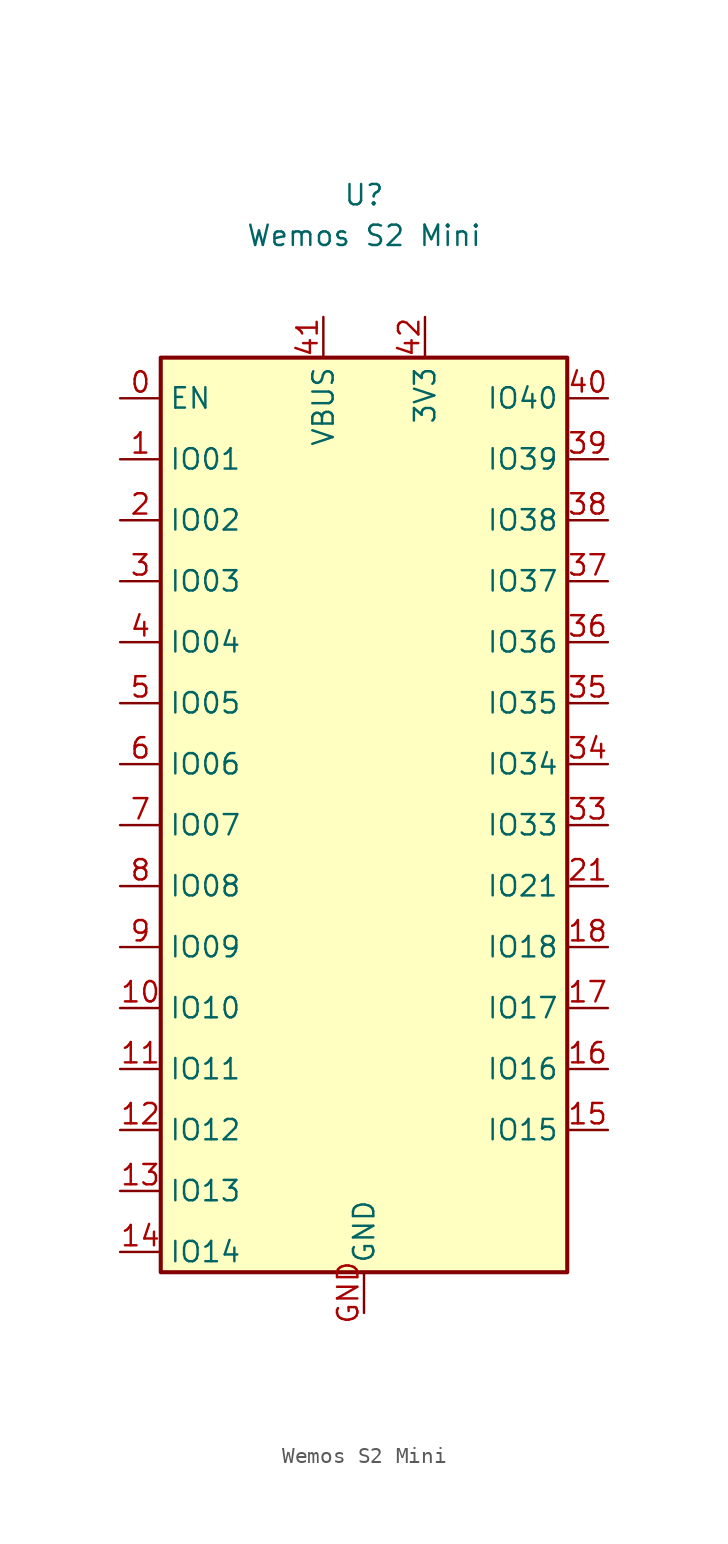
<source format=kicad_sym>
(kicad_symbol_lib
  (version 20211014)
  (generator kicad_symbol_editor)
  (symbol "Wemos S2 Mini"
    (property "Reference" "U"
      (at 0 2.54 0)
      (effects (font (size 1.27 1.27))))
    (property "Value" "Wemos S2 Mini"
      (at 0 0 0)
      (effects (font (size 1.27 1.27))))
    (symbol "Wemos S2 Mini_0_1"
      (rectangle (start -12.7 -7.62) (end 12.7 -64.77) (stroke (width 0.254) (type default) (color 0 0 0 0)) (fill (type background))))
    (symbol "Wemos S2 Mini_1_1"
      (pin input line (at -15.24 -10.16 0) (length 2.54) (name "EN" (effects (font (size 1.27 1.27)))) (number "0" (effects (font (size 1.27 1.27)))))
      (pin bidirectional line (at -15.24 -13.97 0) (length 2.54) (name "IO01" (effects (font (size 1.27 1.27)))) (number "1" (effects (font (size 1.27 1.27)))))
      (pin bidirectional line (at -15.24 -48.26 0) (length 2.54) (name "IO10" (effects (font (size 1.27 1.27)))) (number "10" (effects (font (size 1.27 1.27)))))
      (pin bidirectional line (at -15.24 -52.07 0) (length 2.54) (name "IO11" (effects (font (size 1.27 1.27)))) (number "11" (effects (font (size 1.27 1.27)))))
      (pin bidirectional line (at -15.24 -55.88 0) (length 2.54) (name "IO12" (effects (font (size 1.27 1.27)))) (number "12" (effects (font (size 1.27 1.27)))))
      (pin bidirectional line (at -15.24 -59.69 0) (length 2.54) (name "IO13" (effects (font (size 1.27 1.27)))) (number "13" (effects (font (size 1.27 1.27)))))
      (pin bidirectional line (at -15.24 -63.5 0) (length 2.54) (name "IO14" (effects (font (size 1.27 1.27)))) (number "14" (effects (font (size 1.27 1.27)))))
      (pin bidirectional line (at 15.24 -55.88 180) (length 2.54) (name "IO15" (effects (font (size 1.27 1.27)))) (number "15" (effects (font (size 1.27 1.27)))))
      (pin bidirectional line (at 15.24 -52.07 180) (length 2.54) (name "IO16" (effects (font (size 1.27 1.27)))) (number "16" (effects (font (size 1.27 1.27)))))
      (pin bidirectional line (at 15.24 -48.26 180) (length 2.54) (name "IO17" (effects (font (size 1.27 1.27)))) (number "17" (effects (font (size 1.27 1.27)))))
      (pin bidirectional line (at 15.24 -44.45 180) (length 2.54) (name "IO18" (effects (font (size 1.27 1.27)))) (number "18" (effects (font (size 1.27 1.27)))))
      (pin bidirectional line (at -15.24 -17.78 0) (length 2.54) (name "IO02" (effects (font (size 1.27 1.27)))) (number "2" (effects (font (size 1.27 1.27)))))
      (pin bidirectional line (at 15.24 -40.64 180) (length 2.54) (name "IO21" (effects (font (size 1.27 1.27)))) (number "21" (effects (font (size 1.27 1.27)))))
      (pin bidirectional line (at -15.24 -21.59 0) (length 2.54) (name "IO03" (effects (font (size 1.27 1.27)))) (number "3" (effects (font (size 1.27 1.27)))))
      (pin bidirectional line (at 15.24 -36.83 180) (length 2.54) (name "IO33" (effects (font (size 1.27 1.27)))) (number "33" (effects (font (size 1.27 1.27)))))
      (pin bidirectional line (at 15.24 -33.02 180) (length 2.54) (name "IO34" (effects (font (size 1.27 1.27)))) (number "34" (effects (font (size 1.27 1.27)))))
      (pin bidirectional line (at 15.24 -29.21 180) (length 2.54) (name "IO35" (effects (font (size 1.27 1.27)))) (number "35" (effects (font (size 1.27 1.27)))))
      (pin bidirectional line (at 15.24 -25.4 180) (length 2.54) (name "IO36" (effects (font (size 1.27 1.27)))) (number "36" (effects (font (size 1.27 1.27)))))
      (pin bidirectional line (at 15.24 -21.59 180) (length 2.54) (name "IO37" (effects (font (size 1.27 1.27)))) (number "37" (effects (font (size 1.27 1.27)))))
      (pin bidirectional line (at 15.24 -17.78 180) (length 2.54) (name "IO38" (effects (font (size 1.27 1.27)))) (number "38" (effects (font (size 1.27 1.27)))))
      (pin bidirectional line (at 15.24 -13.97 180) (length 2.54) (name "IO39" (effects (font (size 1.27 1.27)))) (number "39" (effects (font (size 1.27 1.27)))))
      (pin bidirectional line (at -15.24 -25.4 0) (length 2.54) (name "IO04" (effects (font (size 1.27 1.27)))) (number "4" (effects (font (size 1.27 1.27)))))
      (pin bidirectional line (at 15.24 -10.16 180) (length 2.54) (name "IO40" (effects (font (size 1.27 1.27)))) (number "40" (effects (font (size 1.27 1.27)))))
      (pin power_in line (at -2.54 -5.08 270) (length 2.54) (name "VBUS" (effects (font (size 1.27 1.27)))) (number "41" (effects (font (size 1.27 1.27)))))
      (pin power_in line (at 3.81 -5.08 270) (length 2.54) (name "3V3" (effects (font (size 1.27 1.27)))) (number "42" (effects (font (size 1.27 1.27)))))
      (pin bidirectional line (at -15.24 -29.21 0) (length 2.54) (name "IO05" (effects (font (size 1.27 1.27)))) (number "5" (effects (font (size 1.27 1.27)))))
      (pin bidirectional line (at -15.24 -33.02 0) (length 2.54) (name "IO06" (effects (font (size 1.27 1.27)))) (number "6" (effects (font (size 1.27 1.27)))))
      (pin bidirectional line (at -15.24 -36.83 0) (length 2.54) (name "IO07" (effects (font (size 1.27 1.27)))) (number "7" (effects (font (size 1.27 1.27)))))
      (pin bidirectional line (at -15.24 -40.64 0) (length 2.54) (name "IO08" (effects (font (size 1.27 1.27)))) (number "8" (effects (font (size 1.27 1.27)))))
      (pin bidirectional line (at -15.24 -44.45 0) (length 2.54) (name "IO09" (effects (font (size 1.27 1.27)))) (number "9" (effects (font (size 1.27 1.27)))))
      (pin power_in line (at 0 -67.31 90) (length 2.54) (name "GND" (effects (font (size 1.27 1.27)))) (number "GND" (effects (font (size 1.27 1.27))))))))
</source>
